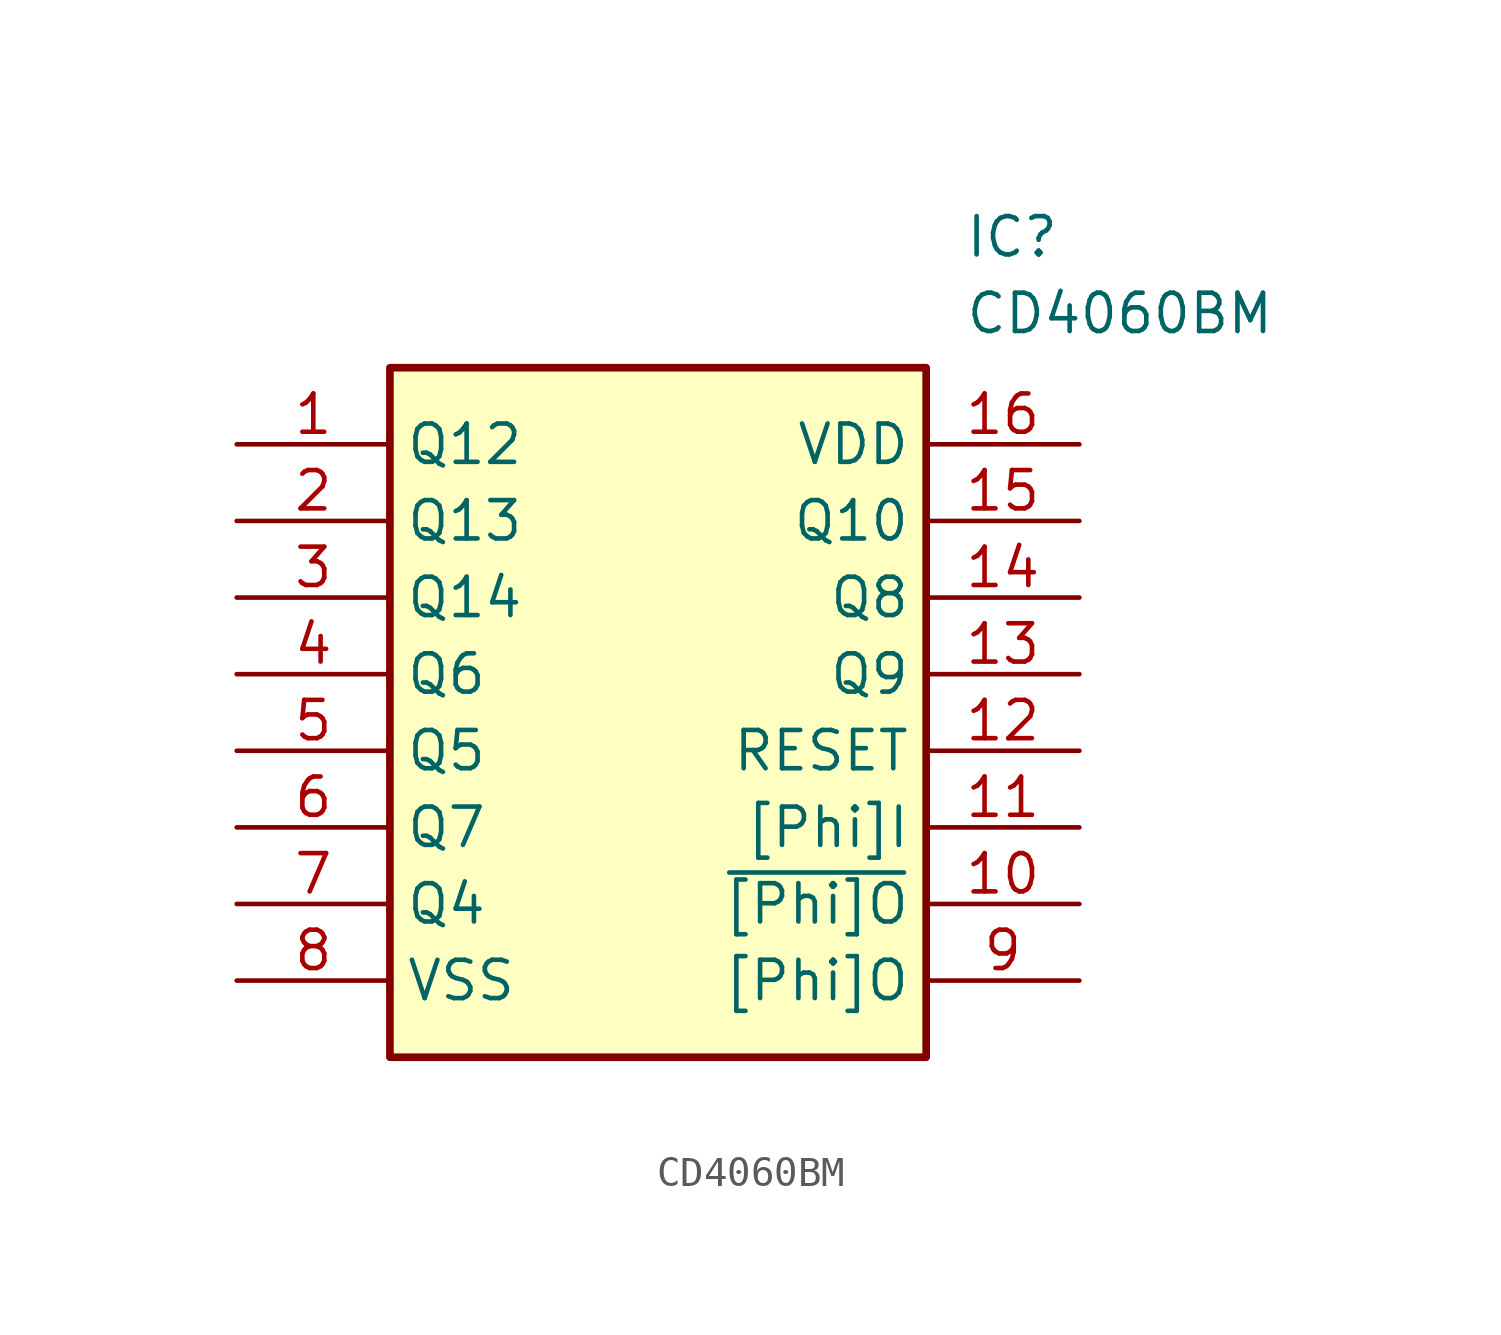
<source format=kicad_sym>
(kicad_symbol_lib
  (version 20211014)
  (generator SamacSys_ECAD_Model)
  (symbol "CD4060BM"
    (property "Reference" "IC"
      (at 24.13 7.62 0)
      (effects (font (size 1.27 1.27)) (justify left top)))
    (property "Value" "CD4060BM"
      (at 24.13 5.08 0)
      (effects (font (size 1.27 1.27)) (justify left top)))
    (rectangle
      (start 5.08 2.54)
      (end 22.86 -20.32)
      (stroke (width 0.254) (type default))
      (fill (type background)))
    (pin passive line
      (at 0 0 0)
      (length 5.08)
      (name "Q12" (effects (font (size 1.27 1.27))))
      (number "1" (effects (font (size 1.27 1.27)))))
    (pin passive line
      (at 0 -2.54 0)
      (length 5.08)
      (name "Q13" (effects (font (size 1.27 1.27))))
      (number "2" (effects (font (size 1.27 1.27)))))
    (pin passive line
      (at 0 -5.08 0)
      (length 5.08)
      (name "Q14" (effects (font (size 1.27 1.27))))
      (number "3" (effects (font (size 1.27 1.27)))))
    (pin passive line
      (at 0 -7.62 0)
      (length 5.08)
      (name "Q6" (effects (font (size 1.27 1.27))))
      (number "4" (effects (font (size 1.27 1.27)))))
    (pin passive line
      (at 0 -10.16 0)
      (length 5.08)
      (name "Q5" (effects (font (size 1.27 1.27))))
      (number "5" (effects (font (size 1.27 1.27)))))
    (pin passive line
      (at 0 -12.7 0)
      (length 5.08)
      (name "Q7" (effects (font (size 1.27 1.27))))
      (number "6" (effects (font (size 1.27 1.27)))))
    (pin passive line
      (at 0 -15.24 0)
      (length 5.08)
      (name "Q4" (effects (font (size 1.27 1.27))))
      (number "7" (effects (font (size 1.27 1.27)))))
    (pin passive line
      (at 0 -17.78 0)
      (length 5.08)
      (name "VSS" (effects (font (size 1.27 1.27))))
      (number "8" (effects (font (size 1.27 1.27)))))
    (pin passive line
      (at 27.94 0 180)
      (length 5.08)
      (name "VDD" (effects (font (size 1.27 1.27))))
      (number "16" (effects (font (size 1.27 1.27)))))
    (pin passive line
      (at 27.94 -2.54 180)
      (length 5.08)
      (name "Q10" (effects (font (size 1.27 1.27))))
      (number "15" (effects (font (size 1.27 1.27)))))
    (pin passive line
      (at 27.94 -5.08 180)
      (length 5.08)
      (name "Q8" (effects (font (size 1.27 1.27))))
      (number "14" (effects (font (size 1.27 1.27)))))
    (pin passive line
      (at 27.94 -7.62 180)
      (length 5.08)
      (name "Q9" (effects (font (size 1.27 1.27))))
      (number "13" (effects (font (size 1.27 1.27)))))
    (pin passive line
      (at 27.94 -10.16 180)
      (length 5.08)
      (name "RESET" (effects (font (size 1.27 1.27))))
      (number "12" (effects (font (size 1.27 1.27)))))
    (pin passive line
      (at 27.94 -12.7 180)
      (length 5.08)
      (name "[Phi]I" (effects (font (size 1.27 1.27))))
      (number "11" (effects (font (size 1.27 1.27)))))
    (pin passive line
      (at 27.94 -15.24 180)
      (length 5.08)
      (name "~{[Phi]O}" (effects (font (size 1.27 1.27))))
      (number "10" (effects (font (size 1.27 1.27)))))
    (pin passive line
      (at 27.94 -17.78 180)
      (length 5.08)
      (name "[Phi]O" (effects (font (size 1.27 1.27))))
      (number "9" (effects (font (size 1.27 1.27)))))))
</source>
